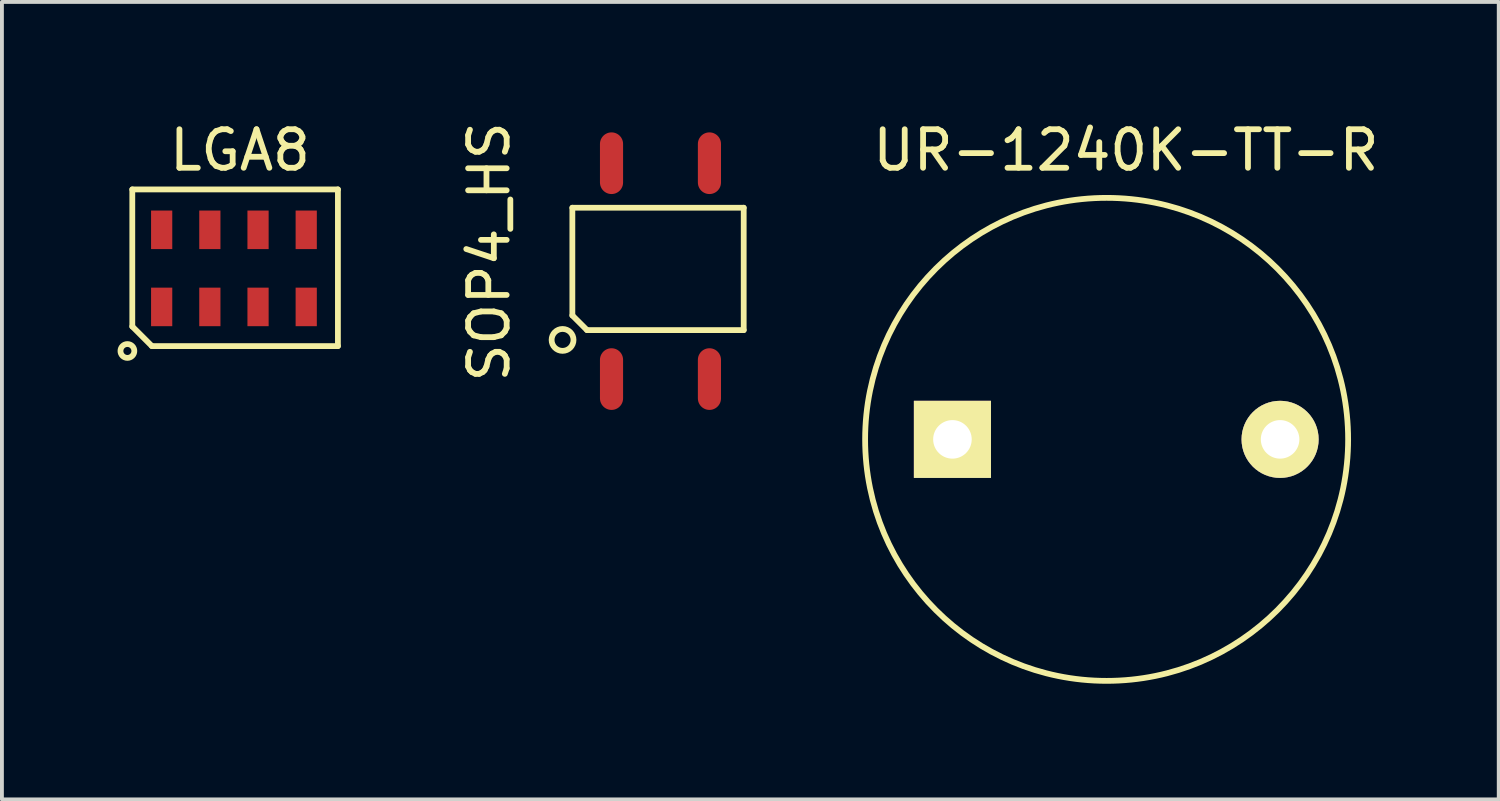
<source format=kicad_pcb>
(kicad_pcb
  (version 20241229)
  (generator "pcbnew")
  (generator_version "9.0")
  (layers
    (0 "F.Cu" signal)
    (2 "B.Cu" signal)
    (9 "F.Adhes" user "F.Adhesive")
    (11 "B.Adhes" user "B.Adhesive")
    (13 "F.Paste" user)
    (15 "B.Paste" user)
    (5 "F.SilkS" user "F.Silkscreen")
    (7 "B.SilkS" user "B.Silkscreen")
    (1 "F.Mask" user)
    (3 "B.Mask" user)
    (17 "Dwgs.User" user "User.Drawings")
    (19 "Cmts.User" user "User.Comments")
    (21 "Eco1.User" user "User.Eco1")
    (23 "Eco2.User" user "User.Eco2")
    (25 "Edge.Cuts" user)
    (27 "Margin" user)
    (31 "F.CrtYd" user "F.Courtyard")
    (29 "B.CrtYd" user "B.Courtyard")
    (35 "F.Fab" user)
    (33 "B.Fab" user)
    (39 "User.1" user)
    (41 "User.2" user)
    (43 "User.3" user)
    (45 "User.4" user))
  (footprint "SOP4_HS"
    (layer "F.Cu")
    (at 12.814 6.784)
    (property "Reference" "SOP4_HS" (at -3.175 -3.302 90) (layer "F.SilkS") (effects (font (size 1 1) (thickness 0.15))))
    (attr through_hole)
    (fp_line (start -1.016 -4.445) (end 3.429 -4.445) (stroke (width 0.15) (type solid)) (layer "F.SilkS"))
    (fp_line (start -1.016 -1.651) (end -1.016 -4.445) (stroke (width 0.15) (type solid)) (layer "F.SilkS"))
    (fp_line (start -0.635 -1.27) (end -1.016 -1.651) (stroke (width 0.15) (type solid)) (layer "F.SilkS"))
    (fp_line (start 3.429 -4.445) (end 3.429 -1.27) (stroke (width 0.15) (type solid)) (layer "F.SilkS"))
    (fp_line (start 3.429 -1.27) (end -0.635 -1.27) (stroke (width 0.15) (type solid)) (layer "F.SilkS"))
    (fp_circle (center -1.27 -1.016) (end -1.016 -0.889) (stroke (width 0.15) (type solid)) (fill no) (layer "F.SilkS"))
    (pad "1" smd oval (at 0 0) (size 0.6 1.6) (layers "F.Cu" "F.Mask" "F.Paste"))
    (pad "2" smd oval (at 2.54 0) (size 0.6 1.6) (layers "F.Cu" "F.Mask" "F.Paste"))
    (pad "3" smd oval (at 2.54 -5.6) (size 0.6 1.6) (layers "F.Cu" "F.Mask" "F.Paste"))
    (pad "4" smd oval (at 0 -5.6) (size 0.6 1.6) (layers "F.Cu" "F.Mask" "F.Paste")))
  (footprint "UR-1240K-TT-R"
    (layer "F.Cu")
    (at 25.658 8.348)
    (property "Reference" "UR-1240K-TT-R" (at 0.5 -7.5 0) (layer "F.SilkS") (effects (font (size 1 1) (thickness 0.15))))
    (attr through_hole)
    (fp_circle (center 0 0) (end 5.5 3) (stroke (width 0.15) (type solid)) (fill no) (layer "F.SilkS"))
    (pad "1" thru_hole rect (at -4 0) (size 2 2) (drill 1) (layers "*.Cu" "*.Mask" "F.SilkS"))
    (pad "2" thru_hole circle (at 4.5 0) (size 2 2) (drill 1) (layers "*.Cu" "*.Mask" "F.SilkS")))
  (footprint "LGA8"
    (layer "F.Cu")
    (at 1.144 4.912)
    (property "Reference" "LGA8" (at 2.032 -4.064 0) (layer "F.SilkS") (effects (font (size 1 1) (thickness 0.15))))
    (attr through_hole)
    (fp_line (start -0.762 -3.048) (end 4.572 -3.048) (stroke (width 0.15) (type solid)) (layer "F.SilkS"))
    (fp_line (start -0.762 0.508) (end -0.762 -3.048) (stroke (width 0.15) (type solid)) (layer "F.SilkS"))
    (fp_line (start -0.254 1.016) (end -0.762 0.508) (stroke (width 0.15) (type solid)) (layer "F.SilkS"))
    (fp_line (start 4.572 -3.048) (end 4.572 1.016) (stroke (width 0.15) (type solid)) (layer "F.SilkS"))
    (fp_line (start 4.572 1.016) (end -0.254 1.016) (stroke (width 0.15) (type solid)) (layer "F.SilkS"))
    (fp_circle (center -0.889 1.143) (end -0.762 1.27) (stroke (width 0.15) (type solid)) (fill no) (layer "F.SilkS"))
    (pad "1" smd rect (at 0 0) (size 0.55 1) (layers "F.Cu" "F.Mask" "F.Paste"))
    (pad "2" smd rect (at 1.25 0) (size 0.55 1) (layers "F.Cu" "F.Mask" "F.Paste"))
    (pad "3" smd rect (at 2.5 0) (size 0.55 1) (layers "F.Cu" "F.Mask" "F.Paste"))
    (pad "4" smd rect (at 3.75 0) (size 0.55 1) (layers "F.Cu" "F.Mask" "F.Paste"))
    (pad "5" smd rect (at 3.75 -2) (size 0.55 1) (layers "F.Cu" "F.Mask" "F.Paste"))
    (pad "6" smd rect (at 2.5 -2) (size 0.55 1) (layers "F.Cu" "F.Mask" "F.Paste"))
    (pad "7" smd rect (at 1.25 -2) (size 0.55 1) (layers "F.Cu" "F.Mask" "F.Paste"))
    (pad "8" smd rect (at 0 -2) (size 0.55 1) (layers "F.Cu" "F.Mask" "F.Paste")))
  (gr_rect
    (start -3 -3)
    (end 35.83 17.688)
    (stroke (width 0.1) (type default))
    (fill no)
    (layer "Edge.Cuts")))
</source>
